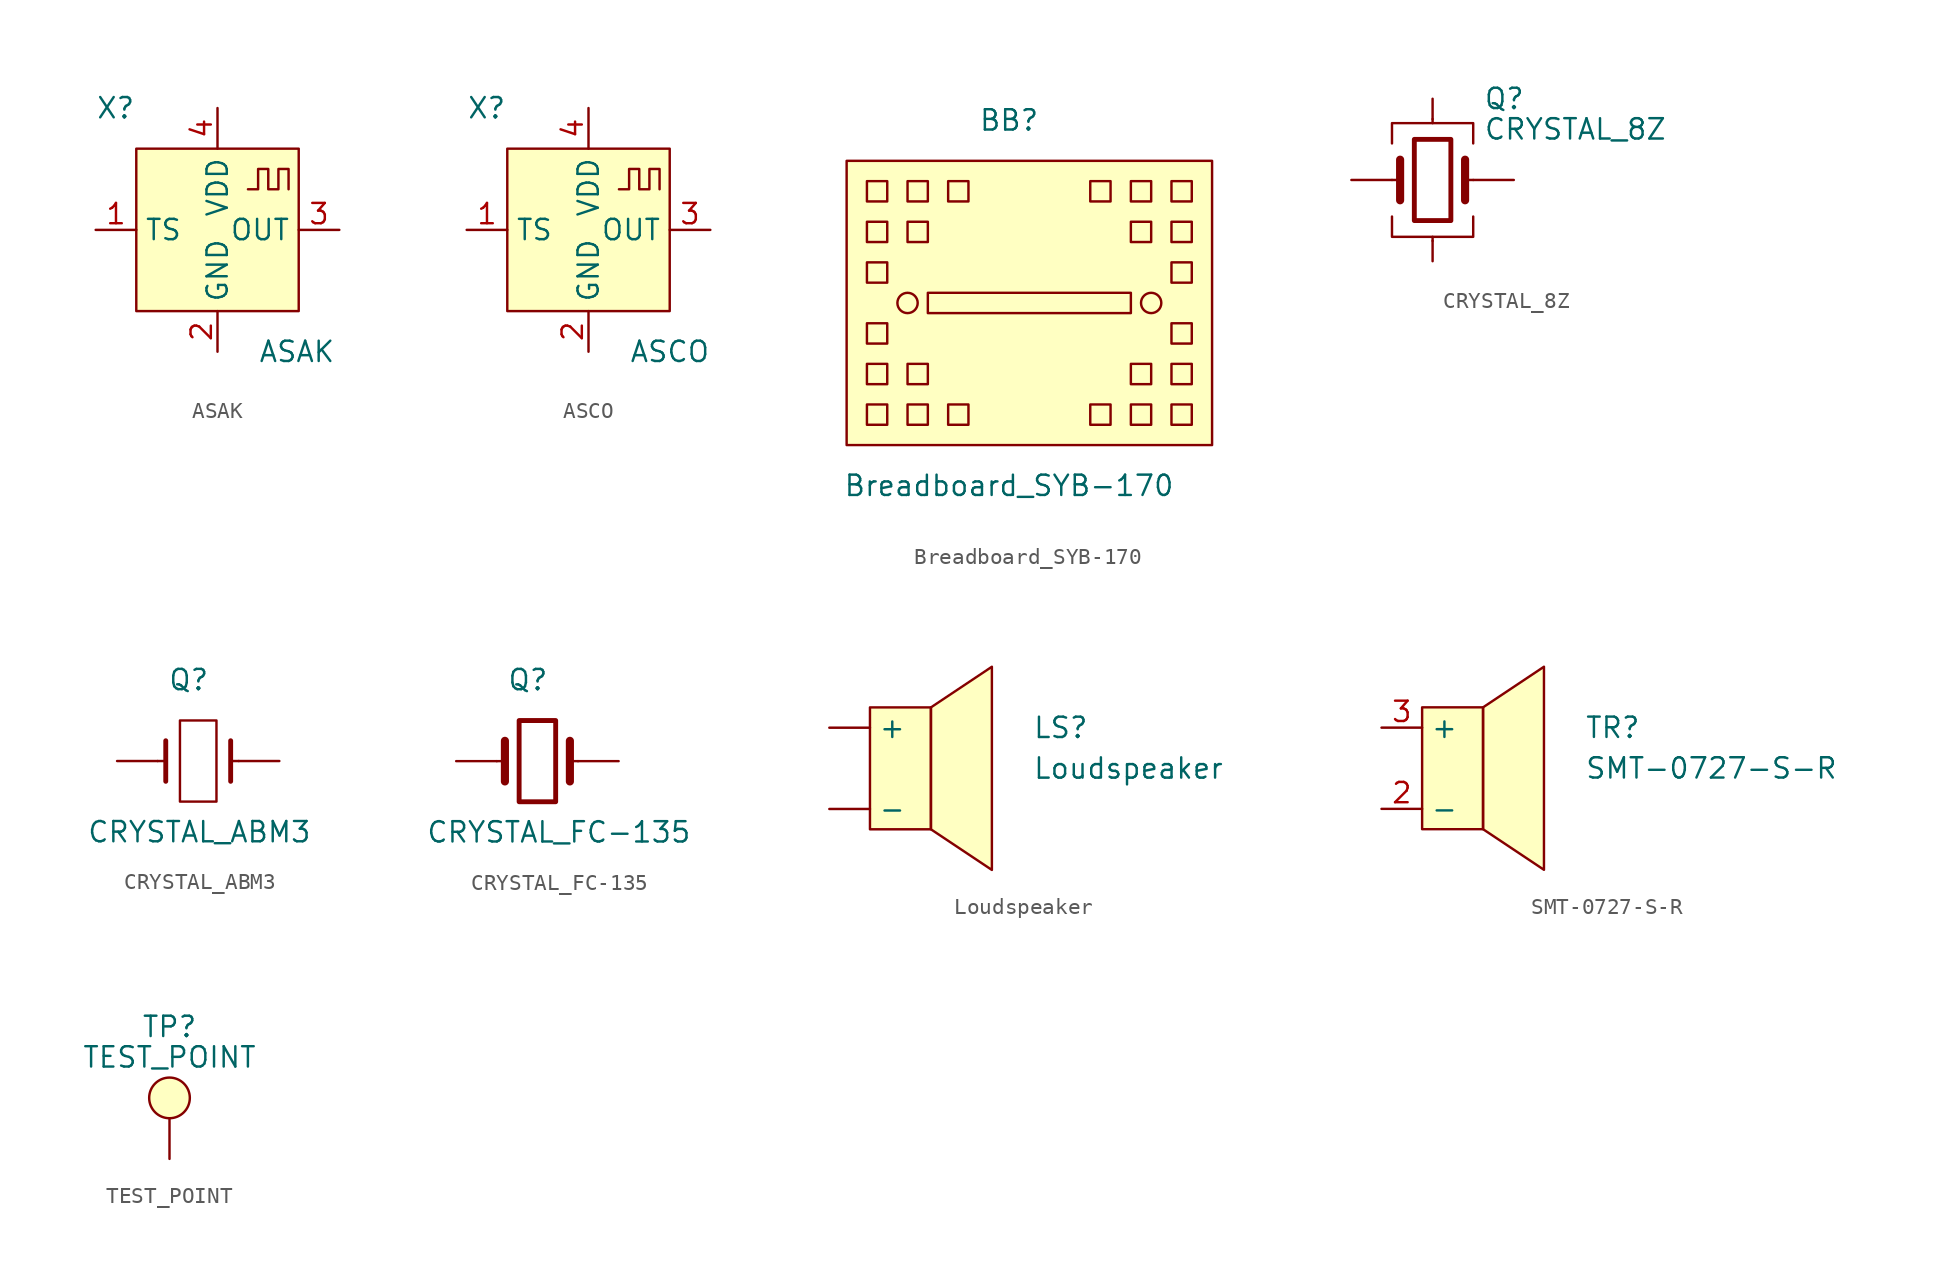
<source format=kicad_sym>
(kicad_symbol_lib
  (version 20220914)
  (generator kicad_symbol_editor)
  (symbol "ASAK"
    (property "Reference" "X"
      (at -7.62 7.62 0)
      (effects (font (size 1.27 1.27)) (justify left)))
    (property "Value" "ASAK"
      (at 2.54 -7.62 0)
      (effects (font (size 1.27 1.27)) (justify left)))
    (symbol "ASAK_0_1"
      (rectangle (start -5.08 5.08) (end 5.08 -5.08) (stroke (width 0.152) (type default)) (fill (type background)))
      (polyline (pts (xy 1.905 2.54) (xy 2.54 2.54) (xy 2.54 3.81) (xy 3.175 3.81) (xy 3.175 2.54) (xy 3.81 2.54) (xy 3.81 3.81) (xy 4.445 3.81) (xy 4.445 2.54)) (stroke (width 0) (type default)) (fill (type none))))
    (symbol "ASAK_1_1"
      (pin input line (at -7.62 0 0) (length 2.54) (name "TS" (effects (font (size 1.27 1.27)))) (number "1" (effects (font (size 1.27 1.27)))))
      (pin power_in line (at 0 -7.62 90) (length 2.54) (name "GND" (effects (font (size 1.27 1.27)))) (number "2" (effects (font (size 1.27 1.27)))))
      (pin output line (at 7.62 0 180) (length 2.54) (name "OUT" (effects (font (size 1.27 1.27)))) (number "3" (effects (font (size 1.27 1.27)))))
      (pin power_in line (at 0 7.62 270) (length 2.54) (name "VDD" (effects (font (size 1.27 1.27)))) (number "4" (effects (font (size 1.27 1.27)))))))
  (symbol "ASCO"
    (property "Reference" "X"
      (at -7.62 7.62 0)
      (effects (font (size 1.27 1.27)) (justify left)))
    (property "Value" "ASCO"
      (at 2.54 -7.62 0)
      (effects (font (size 1.27 1.27)) (justify left)))
    (symbol "ASCO_0_1"
      (rectangle (start -5.08 5.08) (end 5.08 -5.08) (stroke (width 0.152) (type default)) (fill (type background)))
      (polyline (pts (xy 1.905 2.54) (xy 2.54 2.54) (xy 2.54 3.81) (xy 3.175 3.81) (xy 3.175 2.54) (xy 3.81 2.54) (xy 3.81 3.81) (xy 4.445 3.81) (xy 4.445 2.54)) (stroke (width 0) (type default)) (fill (type none))))
    (symbol "ASCO_1_1"
      (pin input line (at -7.62 0 0) (length 2.54) (name "TS" (effects (font (size 1.27 1.27)))) (number "1" (effects (font (size 1.27 1.27)))))
      (pin power_in line (at 0 -7.62 90) (length 2.54) (name "GND" (effects (font (size 1.27 1.27)))) (number "2" (effects (font (size 1.27 1.27)))))
      (pin output line (at 7.62 0 180) (length 2.54) (name "OUT" (effects (font (size 1.27 1.27)))) (number "3" (effects (font (size 1.27 1.27)))))
      (pin power_in line (at 0 7.62 270) (length 2.54) (name "VDD" (effects (font (size 1.27 1.27)))) (number "4" (effects (font (size 1.27 1.27)))))))
  (symbol "Breadboard_SYB-170"
    (pin_names
      (offset 1.016))
    (property "Reference" "BB"
      (at -2.54 12.7 0)
      (effects (font (size 1.27 1.27))))
    (property "Value" "Breadboard_SYB-170"
      (at -2.54 -10.16 0)
      (effects (font (size 1.27 1.27))))
    (symbol "Breadboard_SYB-170_0_1"
      (rectangle (start -12.7 10.16) (end 10.16 -7.62) (stroke (width 0) (type default)) (fill (type background)))
      (rectangle (start -11.43 -6.35) (end -10.16 -5.08) (stroke (width 0) (type default)) (fill (type none)))
      (rectangle (start -11.43 -2.54) (end -10.16 -3.81) (stroke (width 0) (type default)) (fill (type none)))
      (rectangle (start -11.43 0) (end -10.16 -1.27) (stroke (width 0) (type default)) (fill (type none)))
      (rectangle (start -11.43 3.81) (end -10.16 2.54) (stroke (width 0) (type default)) (fill (type none)))
      (rectangle (start -11.43 6.35) (end -10.16 5.08) (stroke (width 0) (type default)) (fill (type none)))
      (rectangle (start -11.43 8.89) (end -10.16 7.62) (stroke (width 0) (type default)) (fill (type none)))
      (rectangle (start -8.89 -5.08) (end -7.62 -6.35) (stroke (width 0) (type default)) (fill (type none)))
      (rectangle (start -8.89 -2.54) (end -7.62 -3.81) (stroke (width 0) (type default)) (fill (type none)))
      (circle (center -8.89 1.27) (radius 0.635) (stroke (width 0) (type default)) (fill (type none)))
      (rectangle (start -8.89 6.35) (end -7.62 5.08) (stroke (width 0) (type default)) (fill (type none)))
      (rectangle (start -8.89 8.89) (end -7.62 7.62) (stroke (width 0) (type default)) (fill (type none)))
      (rectangle (start -7.62 1.905) (end 5.08 0.635) (stroke (width 0) (type default)) (fill (type none)))
      (rectangle (start -6.35 -5.08) (end -5.08 -6.35) (stroke (width 0) (type default)) (fill (type none)))
      (rectangle (start -6.35 8.89) (end -5.08 7.62) (stroke (width 0) (type default)) (fill (type none)))
      (rectangle (start 3.81 -5.08) (end 2.54 -6.35) (stroke (width 0) (type default)) (fill (type none)))
      (rectangle (start 3.81 8.89) (end 2.54 7.62) (stroke (width 0) (type default)) (fill (type none)))
      (rectangle (start 5.08 -2.54) (end 6.35 -3.81) (stroke (width 0) (type default)) (fill (type none)))
      (rectangle (start 5.08 6.35) (end 6.35 5.08) (stroke (width 0) (type default)) (fill (type none)))
      (rectangle (start 6.35 -5.08) (end 5.08 -6.35) (stroke (width 0) (type default)) (fill (type none)))
      (circle (center 6.35 1.27) (radius 0.635) (stroke (width 0) (type default)) (fill (type none)))
      (rectangle (start 6.35 8.89) (end 5.08 7.62) (stroke (width 0) (type default)) (fill (type none)))
      (rectangle (start 7.62 3.81) (end 8.89 2.54) (stroke (width 0) (type default)) (fill (type none)))
      (rectangle (start 7.62 6.35) (end 8.89 5.08) (stroke (width 0) (type default)) (fill (type none)))
      (rectangle (start 8.89 -5.08) (end 7.62 -6.35) (stroke (width 0) (type default)) (fill (type none)))
      (rectangle (start 8.89 -2.54) (end 7.62 -3.81) (stroke (width 0) (type default)) (fill (type none)))
      (rectangle (start 8.89 0) (end 7.62 -1.27) (stroke (width 0) (type default)) (fill (type none)))
      (rectangle (start 8.89 8.89) (end 7.62 7.62) (stroke (width 0) (type default)) (fill (type none)))))
  (symbol "CRYSTAL_8Z"
    (pin_numbers hide)
    (pin_names
      (offset 1.016) hide)
    (property "Reference" "Q"
      (at 3.175 5.08 0)
      (effects (font (size 1.27 1.27)) (justify left)))
    (property "Value" "CRYSTAL_8Z"
      (at 3.175 3.175 0)
      (effects (font (size 1.27 1.27)) (justify left)))
    (symbol "CRYSTAL_8Z_0_1"
      (rectangle (start -1.143 2.54) (end 1.143 -2.54) (stroke (width 0.305) (type default)) (fill (type none)))
      (polyline (pts (xy -2.54 0) (xy -2.032 0)) (stroke (width 0) (type default)) (fill (type none)))
      (polyline (pts (xy -2.032 -1.27) (xy -2.032 1.27)) (stroke (width 0.508) (type default)) (fill (type none)))
      (polyline (pts (xy 0 -3.81) (xy 0 -3.556)) (stroke (width 0) (type default)) (fill (type none)))
      (polyline (pts (xy 0 3.556) (xy 0 3.81)) (stroke (width 0) (type default)) (fill (type none)))
      (polyline (pts (xy 2.032 -1.27) (xy 2.032 1.27)) (stroke (width 0.508) (type default)) (fill (type none)))
      (polyline (pts (xy 2.032 0) (xy 2.54 0)) (stroke (width 0) (type default)) (fill (type none)))
      (polyline (pts (xy -2.54 -2.286) (xy -2.54 -3.556) (xy 2.54 -3.556) (xy 2.54 -2.286)) (stroke (width 0) (type default)) (fill (type none)))
      (polyline (pts (xy -2.54 2.286) (xy -2.54 3.556) (xy 2.54 3.556) (xy 2.54 2.286)) (stroke (width 0) (type default)) (fill (type none))))
    (symbol "CRYSTAL_8Z_1_1"
      (pin passive line (at -5.08 0 0) (length 2.54) (name "1" (effects (font (size 1.27 1.27)))) (number "1" (effects (font (size 1.27 1.27)))))
      (pin passive line (at 0 5.08 270) (length 1.27) (name "2" (effects (font (size 1.27 1.27)))) (number "2" (effects (font (size 1.27 1.27)))))
      (pin passive line (at 5.08 0 180) (length 2.54) (name "3" (effects (font (size 1.27 1.27)))) (number "3" (effects (font (size 1.27 1.27)))))
      (pin passive line (at 0 -5.08 90) (length 1.27) (name "4" (effects (font (size 1.27 1.27)))) (number "4" (effects (font (size 1.27 1.27)))))))
  (symbol "CRYSTAL_ABM3"
    (pin_numbers hide)
    (pin_names
      (offset 1.016) hide)
    (property "Reference" "Q"
      (at -1.905 5.08 0)
      (effects (font (size 1.27 1.27)) (justify left)))
    (property "Value" "CRYSTAL_ABM3"
      (at -6.985 -4.445 0)
      (effects (font (size 1.27 1.27)) (justify left)))
    (symbol "CRYSTAL_ABM3_0_1"
      (rectangle (start -1.143 2.54) (end 1.143 -2.54) (stroke (width 0.152) (type default)) (fill (type none)))
      (polyline (pts (xy -2.54 0) (xy -2.032 0)) (stroke (width 0) (type default)) (fill (type none)))
      (polyline (pts (xy -2.032 -1.27) (xy -2.032 1.27)) (stroke (width 0.305) (type default)) (fill (type none)))
      (polyline (pts (xy 2.032 -1.27) (xy 2.032 1.27)) (stroke (width 0.305) (type default)) (fill (type none)))
      (polyline (pts (xy 2.032 0) (xy 2.54 0)) (stroke (width 0) (type default)) (fill (type none))))
    (symbol "CRYSTAL_ABM3_1_1"
      (pin passive line (at -5.08 0 0) (length 2.54) (name "1" (effects (font (size 1.27 1.27)))) (number "1" (effects (font (size 1.27 1.27)))))
      (pin passive line (at 5.08 0 180) (length 2.54) (name "2" (effects (font (size 1.27 1.27)))) (number "2" (effects (font (size 1.27 1.27)))))))
  (symbol "CRYSTAL_FC-135"
    (pin_numbers hide)
    (pin_names
      (offset 1.016) hide)
    (property "Reference" "Q"
      (at -1.905 5.08 0)
      (effects (font (size 1.27 1.27)) (justify left)))
    (property "Value" "CRYSTAL_FC-135"
      (at -6.985 -4.445 0)
      (effects (font (size 1.27 1.27)) (justify left)))
    (symbol "CRYSTAL_FC-135_0_1"
      (rectangle (start -1.143 2.54) (end 1.143 -2.54) (stroke (width 0.305) (type default)) (fill (type none)))
      (polyline (pts (xy -2.54 0) (xy -2.032 0)) (stroke (width 0) (type default)) (fill (type none)))
      (polyline (pts (xy -2.032 -1.27) (xy -2.032 1.27)) (stroke (width 0.508) (type default)) (fill (type none)))
      (polyline (pts (xy 2.032 -1.27) (xy 2.032 1.27)) (stroke (width 0.508) (type default)) (fill (type none)))
      (polyline (pts (xy 2.032 0) (xy 2.54 0)) (stroke (width 0) (type default)) (fill (type none))))
    (symbol "CRYSTAL_FC-135_1_1"
      (pin passive line (at -5.08 0 0) (length 2.54) (name "1" (effects (font (size 1.27 1.27)))) (number "1" (effects (font (size 1.27 1.27)))))
      (pin passive line (at 5.08 0 180) (length 2.54) (name "2" (effects (font (size 1.27 1.27)))) (number "2" (effects (font (size 1.27 1.27)))))))
  (symbol "Loudspeaker"
    (pin_numbers hide)
    (property "Reference" "LS"
      (at 12.7 2.54 0)
      (effects (font (size 1.27 1.27)) (justify left)))
    (property "Value" "Loudspeaker"
      (at 12.7 0 0)
      (effects (font (size 1.27 1.27)) (justify left)))
    (symbol "Loudspeaker_0_1"
      (polyline (pts (xy 6.35 3.81) (xy 10.16 6.35) (xy 10.16 -6.35) (xy 6.35 -3.81) (xy 6.35 3.81)) (stroke (width 0.152) (type default)) (fill (type background)))
      (rectangle (start 2.54 3.81) (end 6.35 -3.81) (stroke (width 0.152) (type default)) (fill (type background))))
    (symbol "Loudspeaker_1_1"
      (pin passive line (at 0 -2.54 0) (length 2.54) (name "-" (effects (font (size 1.27 1.27)))) (number "1" (effects (font (size 1.27 1.27)))))
      (pin passive line (at 0 2.54 0) (length 2.54) (name "+" (effects (font (size 1.27 1.27)))) (number "2" (effects (font (size 1.27 1.27)))))))
  (symbol "SMT-0727-S-R"
    (property "Reference" "TR"
      (at 7.62 2.54 0)
      (effects (font (size 1.27 1.27)) (justify left)))
    (property "Value" "SMT-0727-S-R"
      (at 7.62 0 0)
      (effects (font (size 1.27 1.27)) (justify left)))
    (symbol "SMT-0727-S-R_0_1"
      (rectangle (start -2.54 3.81) (end 1.27 -3.81) (stroke (width 0.152) (type default)) (fill (type background)))
      (polyline (pts (xy 1.27 3.81) (xy 5.08 6.35) (xy 5.08 -6.35) (xy 1.27 -3.81) (xy 1.27 3.81)) (stroke (width 0.152) (type default)) (fill (type background))))
    (symbol "SMT-0727-S-R_1_1"
      (pin passive line (at -5.08 -2.54 0) (length 2.54) (name "-" (effects (font (size 1.27 1.27)))) (number "2" (effects (font (size 1.27 1.27)))))
      (pin passive line (at -5.08 2.54 0) (length 2.54) (name "+" (effects (font (size 1.27 1.27)))) (number "3" (effects (font (size 1.27 1.27)))))))
  (symbol "TEST_POINT"
    (pin_numbers hide)
    (pin_names
      (offset 0) hide)
    (property "Reference" "TP"
      (at 0 8.255 0)
      (effects (font (size 1.27 1.27))))
    (property "Value" "TEST_POINT"
      (at 0 6.35 0)
      (effects (font (size 1.27 1.27))))
    (symbol "TEST_POINT_0_1"
      (polyline (pts (xy 0 2.54) (xy 0 0)) (stroke (width 0.152) (type default)) (fill (type none)))
      (circle (center 0 3.81) (radius 1.27) (stroke (width 0) (type default)) (fill (type background))))
    (symbol "TEST_POINT_1_1"
      (pin passive line (at 0 0 90) (length 0) hide (name "TP" (effects (font (size 0.635 0.635)))) (number "1" (effects (font (size 0.635 0.635))))))))
</source>
